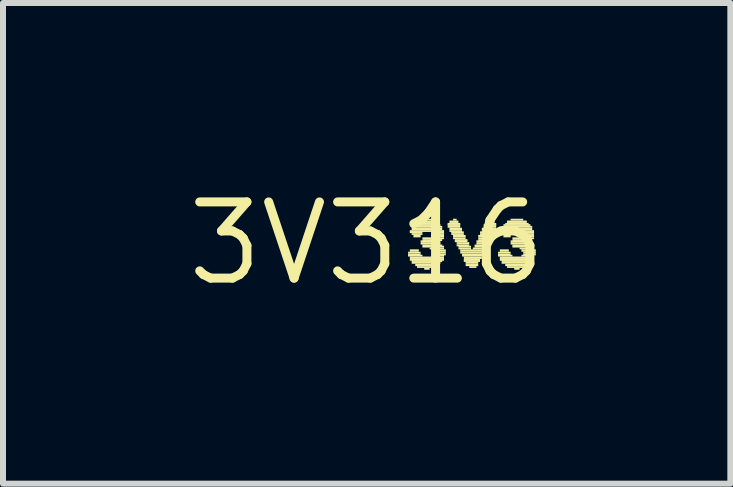
<source format=kicad_pcb>
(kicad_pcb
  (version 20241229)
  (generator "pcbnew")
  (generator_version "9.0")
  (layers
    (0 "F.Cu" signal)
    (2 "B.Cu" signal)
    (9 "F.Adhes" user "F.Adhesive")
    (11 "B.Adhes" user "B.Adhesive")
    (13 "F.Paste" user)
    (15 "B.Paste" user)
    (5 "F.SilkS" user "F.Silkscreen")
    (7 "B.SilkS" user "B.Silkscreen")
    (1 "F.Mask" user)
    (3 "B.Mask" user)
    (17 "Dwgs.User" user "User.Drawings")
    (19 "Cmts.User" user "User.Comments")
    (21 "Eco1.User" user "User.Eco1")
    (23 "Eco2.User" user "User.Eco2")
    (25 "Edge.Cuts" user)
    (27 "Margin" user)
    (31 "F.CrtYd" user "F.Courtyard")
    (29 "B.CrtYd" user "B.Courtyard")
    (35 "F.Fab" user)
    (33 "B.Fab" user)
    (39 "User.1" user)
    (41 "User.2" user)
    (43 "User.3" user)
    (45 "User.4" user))
  (footprint "3V316"
    (layer "F.Cu")
    (at 3.061 1.006)
    (property "Reference" "3V316" (at 0 0 0) (layer "F.SilkS") (effects (font (size 1.27 1.27) (thickness 0.15))))
    (fp_poly (pts (xy 0.69 0.17) (xy 0.9 0.17) (xy 0.9 0.14) (xy 0.69 0.14)) (stroke (width 0) (type solid)) (fill yes) (layer "F.SilkS"))
    (fp_poly (pts (xy 0.69 0.2) (xy 0.9 0.2) (xy 0.9 0.17) (xy 0.69 0.17)) (stroke (width 0) (type solid)) (fill yes) (layer "F.SilkS"))
    (fp_poly (pts (xy 0.69 0.22) (xy 0.93 0.22) (xy 0.93 0.19) (xy 0.69 0.19)) (stroke (width 0) (type solid)) (fill yes) (layer "F.SilkS"))
    (fp_poly (pts (xy 0.72 -0.19) (xy 1.29 -0.19) (xy 1.29 -0.22) (xy 0.72 -0.22)) (stroke (width 0) (type solid)) (fill yes) (layer "F.SilkS"))
    (fp_poly (pts (xy 0.72 -0.17) (xy 0.93 -0.17) (xy 0.93 -0.2) (xy 0.72 -0.2)) (stroke (width 0) (type solid)) (fill yes) (layer "F.SilkS"))
    (fp_poly (pts (xy 0.72 0.14) (xy 0.87 0.14) (xy 0.87 0.1) (xy 0.72 0.1)) (stroke (width 0) (type solid)) (fill yes) (layer "F.SilkS"))
    (fp_poly (pts (xy 0.72 0.26) (xy 1.29 0.26) (xy 1.29 0.22) (xy 0.72 0.22)) (stroke (width 0) (type solid)) (fill yes) (layer "F.SilkS"))
    (fp_poly (pts (xy 0.72 0.29) (xy 1.29 0.29) (xy 1.29 0.26) (xy 0.72 0.26)) (stroke (width 0) (type solid)) (fill yes) (layer "F.SilkS"))
    (fp_poly (pts (xy 0.75 -0.26) (xy 1.26 -0.26) (xy 1.26 -0.29) (xy 0.75 -0.29)) (stroke (width 0) (type solid)) (fill yes) (layer "F.SilkS"))
    (fp_poly (pts (xy 0.75 -0.22) (xy 1.26 -0.22) (xy 1.26 -0.26) (xy 0.75 -0.26)) (stroke (width 0) (type solid)) (fill yes) (layer "F.SilkS"))
    (fp_poly (pts (xy 0.75 -0.14) (xy 0.93 -0.14) (xy 0.93 -0.17) (xy 0.75 -0.17)) (stroke (width 0) (type solid)) (fill yes) (layer "F.SilkS"))
    (fp_poly (pts (xy 0.75 0.31) (xy 1.26 0.31) (xy 1.26 0.28) (xy 0.75 0.28)) (stroke (width 0) (type solid)) (fill yes) (layer "F.SilkS"))
    (fp_poly (pts (xy 0.75 0.34) (xy 1.23 0.34) (xy 1.23 0.31) (xy 0.75 0.31)) (stroke (width 0) (type solid)) (fill yes) (layer "F.SilkS"))
    (fp_poly (pts (xy 0.78 -0.29) (xy 1.23 -0.29) (xy 1.23 -0.32) (xy 0.78 -0.32)) (stroke (width 0) (type solid)) (fill yes) (layer "F.SilkS"))
    (fp_poly (pts (xy 0.78 -0.1) (xy 0.9 -0.1) (xy 0.9 -0.14) (xy 0.78 -0.14)) (stroke (width 0) (type solid)) (fill yes) (layer "F.SilkS"))
    (fp_poly (pts (xy 0.81 -0.31) (xy 1.2 -0.31) (xy 1.2 -0.34) (xy 0.81 -0.34)) (stroke (width 0) (type solid)) (fill yes) (layer "F.SilkS"))
    (fp_poly (pts (xy 0.81 0.38) (xy 1.2 0.38) (xy 1.2 0.34) (xy 0.81 0.34)) (stroke (width 0) (type solid)) (fill yes) (layer "F.SilkS"))
    (fp_poly (pts (xy 0.84 -0.34) (xy 1.17 -0.34) (xy 1.17 -0.38) (xy 0.84 -0.38)) (stroke (width 0) (type solid)) (fill yes) (layer "F.SilkS"))
    (fp_poly (pts (xy 0.84 0.41) (xy 1.14 0.41) (xy 1.14 0.38) (xy 0.84 0.38)) (stroke (width 0) (type solid)) (fill yes) (layer "F.SilkS"))
    (fp_poly (pts (xy 0.9 -0.38) (xy 1.11 -0.38) (xy 1.11 -0.41) (xy 0.9 -0.41)) (stroke (width 0) (type solid)) (fill yes) (layer "F.SilkS"))
    (fp_poly (pts (xy 0.9 -0.02) (xy 1.23 -0.02) (xy 1.23 -0.05) (xy 0.9 -0.05)) (stroke (width 0) (type solid)) (fill yes) (layer "F.SilkS"))
    (fp_poly (pts (xy 0.9 0.02) (xy 1.23 0.02) (xy 1.23 -0.02) (xy 0.9 -0.02)) (stroke (width 0) (type solid)) (fill yes) (layer "F.SilkS"))
    (fp_poly (pts (xy 0.93 -0.07) (xy 1.29 -0.07) (xy 1.29 -0.1) (xy 0.93 -0.1)) (stroke (width 0) (type solid)) (fill yes) (layer "F.SilkS"))
    (fp_poly (pts (xy 0.93 -0.04) (xy 1.26 -0.04) (xy 1.26 -0.07) (xy 0.93 -0.07)) (stroke (width 0) (type solid)) (fill yes) (layer "F.SilkS"))
    (fp_poly (pts (xy 0.93 0.05) (xy 1.26 0.05) (xy 1.26 0.02) (xy 0.93 0.02)) (stroke (width 0) (type solid)) (fill yes) (layer "F.SilkS"))
    (fp_poly (pts (xy 0.93 0.07) (xy 1.29 0.07) (xy 1.29 0.04) (xy 0.93 0.04)) (stroke (width 0) (type solid)) (fill yes) (layer "F.SilkS"))
    (fp_poly (pts (xy 0.96 0.44) (xy 1.05 0.44) (xy 1.05 0.41) (xy 0.96 0.41)) (stroke (width 0) (type solid)) (fill yes) (layer "F.SilkS"))
    (fp_poly (pts (xy 1.05 0.1) (xy 1.29 0.1) (xy 1.29 0.07) (xy 1.05 0.07)) (stroke (width 0) (type solid)) (fill yes) (layer "F.SilkS"))
    (fp_poly (pts (xy 1.08 -0.17) (xy 1.29 -0.17) (xy 1.29 -0.2) (xy 1.08 -0.2)) (stroke (width 0) (type solid)) (fill yes) (layer "F.SilkS"))
    (fp_poly (pts (xy 1.08 -0.14) (xy 1.29 -0.14) (xy 1.29 -0.17) (xy 1.08 -0.17)) (stroke (width 0) (type solid)) (fill yes) (layer "F.SilkS"))
    (fp_poly (pts (xy 1.08 -0.1) (xy 1.29 -0.1) (xy 1.29 -0.14) (xy 1.08 -0.14)) (stroke (width 0) (type solid)) (fill yes) (layer "F.SilkS"))
    (fp_poly (pts (xy 1.08 0.14) (xy 1.32 0.14) (xy 1.32 0.1) (xy 1.08 0.1)) (stroke (width 0) (type solid)) (fill yes) (layer "F.SilkS"))
    (fp_poly (pts (xy 1.08 0.22) (xy 1.29 0.22) (xy 1.29 0.19) (xy 1.08 0.19)) (stroke (width 0) (type solid)) (fill yes) (layer "F.SilkS"))
    (fp_poly (pts (xy 1.11 0.17) (xy 1.32 0.17) (xy 1.32 0.14) (xy 1.11 0.14)) (stroke (width 0) (type solid)) (fill yes) (layer "F.SilkS"))
    (fp_poly (pts (xy 1.11 0.2) (xy 1.32 0.2) (xy 1.32 0.17) (xy 1.11 0.17)) (stroke (width 0) (type solid)) (fill yes) (layer "F.SilkS"))
    (fp_poly (pts (xy 1.35 -0.31) (xy 1.56 -0.31) (xy 1.56 -0.34) (xy 1.35 -0.34)) (stroke (width 0) (type solid)) (fill yes) (layer "F.SilkS"))
    (fp_poly (pts (xy 1.35 -0.29) (xy 1.56 -0.29) (xy 1.56 -0.32) (xy 1.35 -0.32)) (stroke (width 0) (type solid)) (fill yes) (layer "F.SilkS"))
    (fp_poly (pts (xy 1.35 -0.26) (xy 1.56 -0.26) (xy 1.56 -0.29) (xy 1.35 -0.29)) (stroke (width 0) (type solid)) (fill yes) (layer "F.SilkS"))
    (fp_poly (pts (xy 1.38 -0.34) (xy 1.53 -0.34) (xy 1.53 -0.38) (xy 1.38 -0.38)) (stroke (width 0) (type solid)) (fill yes) (layer "F.SilkS"))
    (fp_poly (pts (xy 1.38 -0.22) (xy 1.59 -0.22) (xy 1.59 -0.26) (xy 1.38 -0.26)) (stroke (width 0) (type solid)) (fill yes) (layer "F.SilkS"))
    (fp_poly (pts (xy 1.38 -0.19) (xy 1.59 -0.19) (xy 1.59 -0.22) (xy 1.38 -0.22)) (stroke (width 0) (type solid)) (fill yes) (layer "F.SilkS"))
    (fp_poly (pts (xy 1.41 -0.17) (xy 1.62 -0.17) (xy 1.62 -0.2) (xy 1.41 -0.2)) (stroke (width 0) (type solid)) (fill yes) (layer "F.SilkS"))
    (fp_poly (pts (xy 1.41 -0.14) (xy 1.62 -0.14) (xy 1.62 -0.17) (xy 1.41 -0.17)) (stroke (width 0) (type solid)) (fill yes) (layer "F.SilkS"))
    (fp_poly (pts (xy 1.44 -0.38) (xy 1.5 -0.38) (xy 1.5 -0.41) (xy 1.44 -0.41)) (stroke (width 0) (type solid)) (fill yes) (layer "F.SilkS"))
    (fp_poly (pts (xy 1.44 -0.1) (xy 1.65 -0.1) (xy 1.65 -0.14) (xy 1.44 -0.14)) (stroke (width 0) (type solid)) (fill yes) (layer "F.SilkS"))
    (fp_poly (pts (xy 1.44 -0.07) (xy 1.65 -0.07) (xy 1.65 -0.1) (xy 1.44 -0.1)) (stroke (width 0) (type solid)) (fill yes) (layer "F.SilkS"))
    (fp_poly (pts (xy 1.47 -0.04) (xy 1.68 -0.04) (xy 1.68 -0.07) (xy 1.47 -0.07)) (stroke (width 0) (type solid)) (fill yes) (layer "F.SilkS"))
    (fp_poly (pts (xy 1.47 -0.02) (xy 1.68 -0.02) (xy 1.68 -0.05) (xy 1.47 -0.05)) (stroke (width 0) (type solid)) (fill yes) (layer "F.SilkS"))
    (fp_poly (pts (xy 1.5 0.02) (xy 1.71 0.02) (xy 1.71 -0.02) (xy 1.5 -0.02)) (stroke (width 0) (type solid)) (fill yes) (layer "F.SilkS"))
    (fp_poly (pts (xy 1.5 0.05) (xy 1.71 0.05) (xy 1.71 0.02) (xy 1.5 0.02)) (stroke (width 0) (type solid)) (fill yes) (layer "F.SilkS"))
    (fp_poly (pts (xy 1.53 0.07) (xy 1.74 0.07) (xy 1.74 0.04) (xy 1.53 0.04)) (stroke (width 0) (type solid)) (fill yes) (layer "F.SilkS"))
    (fp_poly (pts (xy 1.53 0.1) (xy 1.74 0.1) (xy 1.74 0.07) (xy 1.53 0.07)) (stroke (width 0) (type solid)) (fill yes) (layer "F.SilkS"))
    (fp_poly (pts (xy 1.56 0.14) (xy 1.98 0.14) (xy 1.98 0.1) (xy 1.56 0.1)) (stroke (width 0) (type solid)) (fill yes) (layer "F.SilkS"))
    (fp_poly (pts (xy 1.56 0.17) (xy 1.95 0.17) (xy 1.95 0.14) (xy 1.56 0.14)) (stroke (width 0) (type solid)) (fill yes) (layer "F.SilkS"))
    (fp_poly (pts (xy 1.59 0.2) (xy 1.95 0.2) (xy 1.95 0.17) (xy 1.59 0.17)) (stroke (width 0) (type solid)) (fill yes) (layer "F.SilkS"))
    (fp_poly (pts (xy 1.59 0.22) (xy 1.92 0.22) (xy 1.92 0.19) (xy 1.59 0.19)) (stroke (width 0) (type solid)) (fill yes) (layer "F.SilkS"))
    (fp_poly (pts (xy 1.62 0.26) (xy 1.92 0.26) (xy 1.92 0.22) (xy 1.62 0.22)) (stroke (width 0) (type solid)) (fill yes) (layer "F.SilkS"))
    (fp_poly (pts (xy 1.62 0.29) (xy 1.89 0.29) (xy 1.89 0.26) (xy 1.62 0.26)) (stroke (width 0) (type solid)) (fill yes) (layer "F.SilkS"))
    (fp_poly (pts (xy 1.62 0.31) (xy 1.89 0.31) (xy 1.89 0.28) (xy 1.62 0.28)) (stroke (width 0) (type solid)) (fill yes) (layer "F.SilkS"))
    (fp_poly (pts (xy 1.65 0.34) (xy 1.86 0.34) (xy 1.86 0.31) (xy 1.65 0.31)) (stroke (width 0) (type solid)) (fill yes) (layer "F.SilkS"))
    (fp_poly (pts (xy 1.65 0.38) (xy 1.86 0.38) (xy 1.86 0.34) (xy 1.65 0.34)) (stroke (width 0) (type solid)) (fill yes) (layer "F.SilkS"))
    (fp_poly (pts (xy 1.71 0.41) (xy 1.83 0.41) (xy 1.83 0.38) (xy 1.71 0.38)) (stroke (width 0) (type solid)) (fill yes) (layer "F.SilkS"))
    (fp_poly (pts (xy 1.77 0.1) (xy 1.98 0.1) (xy 1.98 0.07) (xy 1.77 0.07)) (stroke (width 0) (type solid)) (fill yes) (layer "F.SilkS"))
    (fp_poly (pts (xy 1.8 0.05) (xy 2.01 0.05) (xy 2.01 0.02) (xy 1.8 0.02)) (stroke (width 0) (type solid)) (fill yes) (layer "F.SilkS"))
    (fp_poly (pts (xy 1.8 0.07) (xy 2.01 0.07) (xy 2.01 0.04) (xy 1.8 0.04)) (stroke (width 0) (type solid)) (fill yes) (layer "F.SilkS"))
    (fp_poly (pts (xy 1.83 -0.02) (xy 2.04 -0.02) (xy 2.04 -0.05) (xy 1.83 -0.05)) (stroke (width 0) (type solid)) (fill yes) (layer "F.SilkS"))
    (fp_poly (pts (xy 1.83 0.02) (xy 2.04 0.02) (xy 2.04 -0.02) (xy 1.83 -0.02)) (stroke (width 0) (type solid)) (fill yes) (layer "F.SilkS"))
    (fp_poly (pts (xy 1.86 -0.1) (xy 2.1 -0.1) (xy 2.1 -0.14) (xy 1.86 -0.14)) (stroke (width 0) (type solid)) (fill yes) (layer "F.SilkS"))
    (fp_poly (pts (xy 1.86 -0.07) (xy 2.07 -0.07) (xy 2.07 -0.1) (xy 1.86 -0.1)) (stroke (width 0) (type solid)) (fill yes) (layer "F.SilkS"))
    (fp_poly (pts (xy 1.86 -0.04) (xy 2.07 -0.04) (xy 2.07 -0.07) (xy 1.86 -0.07)) (stroke (width 0) (type solid)) (fill yes) (layer "F.SilkS"))
    (fp_poly (pts (xy 1.89 -0.17) (xy 2.13 -0.17) (xy 2.13 -0.2) (xy 1.89 -0.2)) (stroke (width 0) (type solid)) (fill yes) (layer "F.SilkS"))
    (fp_poly (pts (xy 1.89 -0.14) (xy 2.1 -0.14) (xy 2.1 -0.17) (xy 1.89 -0.17)) (stroke (width 0) (type solid)) (fill yes) (layer "F.SilkS"))
    (fp_poly (pts (xy 1.92 -0.22) (xy 2.16 -0.22) (xy 2.16 -0.26) (xy 1.92 -0.26)) (stroke (width 0) (type solid)) (fill yes) (layer "F.SilkS"))
    (fp_poly (pts (xy 1.92 -0.19) (xy 2.13 -0.19) (xy 2.13 -0.22) (xy 1.92 -0.22)) (stroke (width 0) (type solid)) (fill yes) (layer "F.SilkS"))
    (fp_poly (pts (xy 1.95 -0.29) (xy 2.16 -0.29) (xy 2.16 -0.32) (xy 1.95 -0.32)) (stroke (width 0) (type solid)) (fill yes) (layer "F.SilkS"))
    (fp_poly (pts (xy 1.95 -0.26) (xy 2.16 -0.26) (xy 2.16 -0.29) (xy 1.95 -0.29)) (stroke (width 0) (type solid)) (fill yes) (layer "F.SilkS"))
    (fp_poly (pts (xy 1.98 -0.34) (xy 2.13 -0.34) (xy 2.13 -0.38) (xy 1.98 -0.38)) (stroke (width 0) (type solid)) (fill yes) (layer "F.SilkS"))
    (fp_poly (pts (xy 1.98 -0.31) (xy 2.16 -0.31) (xy 2.16 -0.34) (xy 1.98 -0.34)) (stroke (width 0) (type solid)) (fill yes) (layer "F.SilkS"))
    (fp_poly (pts (xy 2.01 -0.38) (xy 2.07 -0.38) (xy 2.07 -0.41) (xy 2.01 -0.41)) (stroke (width 0) (type solid)) (fill yes) (layer "F.SilkS"))
    (fp_poly (pts (xy 2.19 0.17) (xy 2.4 0.17) (xy 2.4 0.14) (xy 2.19 0.14)) (stroke (width 0) (type solid)) (fill yes) (layer "F.SilkS"))
    (fp_poly (pts (xy 2.19 0.2) (xy 2.4 0.2) (xy 2.4 0.17) (xy 2.19 0.17)) (stroke (width 0) (type solid)) (fill yes) (layer "F.SilkS"))
    (fp_poly (pts (xy 2.19 0.22) (xy 2.43 0.22) (xy 2.43 0.19) (xy 2.19 0.19)) (stroke (width 0) (type solid)) (fill yes) (layer "F.SilkS"))
    (fp_poly (pts (xy 2.22 -0.19) (xy 2.79 -0.19) (xy 2.79 -0.22) (xy 2.22 -0.22)) (stroke (width 0) (type solid)) (fill yes) (layer "F.SilkS"))
    (fp_poly (pts (xy 2.22 -0.17) (xy 2.43 -0.17) (xy 2.43 -0.2) (xy 2.22 -0.2)) (stroke (width 0) (type solid)) (fill yes) (layer "F.SilkS"))
    (fp_poly (pts (xy 2.22 0.14) (xy 2.37 0.14) (xy 2.37 0.1) (xy 2.22 0.1)) (stroke (width 0) (type solid)) (fill yes) (layer "F.SilkS"))
    (fp_poly (pts (xy 2.22 0.26) (xy 2.79 0.26) (xy 2.79 0.22) (xy 2.22 0.22)) (stroke (width 0) (type solid)) (fill yes) (layer "F.SilkS"))
    (fp_poly (pts (xy 2.22 0.29) (xy 2.79 0.29) (xy 2.79 0.26) (xy 2.22 0.26)) (stroke (width 0) (type solid)) (fill yes) (layer "F.SilkS"))
    (fp_poly (pts (xy 2.25 -0.26) (xy 2.76 -0.26) (xy 2.76 -0.29) (xy 2.25 -0.29)) (stroke (width 0) (type solid)) (fill yes) (layer "F.SilkS"))
    (fp_poly (pts (xy 2.25 -0.22) (xy 2.76 -0.22) (xy 2.76 -0.26) (xy 2.25 -0.26)) (stroke (width 0) (type solid)) (fill yes) (layer "F.SilkS"))
    (fp_poly (pts (xy 2.25 -0.14) (xy 2.43 -0.14) (xy 2.43 -0.17) (xy 2.25 -0.17)) (stroke (width 0) (type solid)) (fill yes) (layer "F.SilkS"))
    (fp_poly (pts (xy 2.25 0.31) (xy 2.76 0.31) (xy 2.76 0.28) (xy 2.25 0.28)) (stroke (width 0) (type solid)) (fill yes) (layer "F.SilkS"))
    (fp_poly (pts (xy 2.25 0.34) (xy 2.73 0.34) (xy 2.73 0.31) (xy 2.25 0.31)) (stroke (width 0) (type solid)) (fill yes) (layer "F.SilkS"))
    (fp_poly (pts (xy 2.28 -0.29) (xy 2.73 -0.29) (xy 2.73 -0.32) (xy 2.28 -0.32)) (stroke (width 0) (type solid)) (fill yes) (layer "F.SilkS"))
    (fp_poly (pts (xy 2.28 -0.1) (xy 2.4 -0.1) (xy 2.4 -0.14) (xy 2.28 -0.14)) (stroke (width 0) (type solid)) (fill yes) (layer "F.SilkS"))
    (fp_poly (pts (xy 2.31 -0.31) (xy 2.7 -0.31) (xy 2.7 -0.34) (xy 2.31 -0.34)) (stroke (width 0) (type solid)) (fill yes) (layer "F.SilkS"))
    (fp_poly (pts (xy 2.31 0.38) (xy 2.7 0.38) (xy 2.7 0.34) (xy 2.31 0.34)) (stroke (width 0) (type solid)) (fill yes) (layer "F.SilkS"))
    (fp_poly (pts (xy 2.34 -0.34) (xy 2.67 -0.34) (xy 2.67 -0.38) (xy 2.34 -0.38)) (stroke (width 0) (type solid)) (fill yes) (layer "F.SilkS"))
    (fp_poly (pts (xy 2.34 0.41) (xy 2.64 0.41) (xy 2.64 0.38) (xy 2.34 0.38)) (stroke (width 0) (type solid)) (fill yes) (layer "F.SilkS"))
    (fp_poly (pts (xy 2.4 -0.38) (xy 2.61 -0.38) (xy 2.61 -0.41) (xy 2.4 -0.41)) (stroke (width 0) (type solid)) (fill yes) (layer "F.SilkS"))
    (fp_poly (pts (xy 2.4 -0.02) (xy 2.73 -0.02) (xy 2.73 -0.05) (xy 2.4 -0.05)) (stroke (width 0) (type solid)) (fill yes) (layer "F.SilkS"))
    (fp_poly (pts (xy 2.4 0.02) (xy 2.73 0.02) (xy 2.73 -0.02) (xy 2.4 -0.02)) (stroke (width 0) (type solid)) (fill yes) (layer "F.SilkS"))
    (fp_poly (pts (xy 2.43 -0.07) (xy 2.79 -0.07) (xy 2.79 -0.1) (xy 2.43 -0.1)) (stroke (width 0) (type solid)) (fill yes) (layer "F.SilkS"))
    (fp_poly (pts (xy 2.43 -0.04) (xy 2.76 -0.04) (xy 2.76 -0.07) (xy 2.43 -0.07)) (stroke (width 0) (type solid)) (fill yes) (layer "F.SilkS"))
    (fp_poly (pts (xy 2.43 0.05) (xy 2.76 0.05) (xy 2.76 0.02) (xy 2.43 0.02)) (stroke (width 0) (type solid)) (fill yes) (layer "F.SilkS"))
    (fp_poly (pts (xy 2.43 0.07) (xy 2.79 0.07) (xy 2.79 0.04) (xy 2.43 0.04)) (stroke (width 0) (type solid)) (fill yes) (layer "F.SilkS"))
    (fp_poly (pts (xy 2.46 0.44) (xy 2.55 0.44) (xy 2.55 0.41) (xy 2.46 0.41)) (stroke (width 0) (type solid)) (fill yes) (layer "F.SilkS"))
    (fp_poly (pts (xy 2.55 0.1) (xy 2.79 0.1) (xy 2.79 0.07) (xy 2.55 0.07)) (stroke (width 0) (type solid)) (fill yes) (layer "F.SilkS"))
    (fp_poly (pts (xy 2.58 -0.17) (xy 2.79 -0.17) (xy 2.79 -0.2) (xy 2.58 -0.2)) (stroke (width 0) (type solid)) (fill yes) (layer "F.SilkS"))
    (fp_poly (pts (xy 2.58 -0.14) (xy 2.79 -0.14) (xy 2.79 -0.17) (xy 2.58 -0.17)) (stroke (width 0) (type solid)) (fill yes) (layer "F.SilkS"))
    (fp_poly (pts (xy 2.58 -0.1) (xy 2.79 -0.1) (xy 2.79 -0.14) (xy 2.58 -0.14)) (stroke (width 0) (type solid)) (fill yes) (layer "F.SilkS"))
    (fp_poly (pts (xy 2.58 0.14) (xy 2.82 0.14) (xy 2.82 0.1) (xy 2.58 0.1)) (stroke (width 0) (type solid)) (fill yes) (layer "F.SilkS"))
    (fp_poly (pts (xy 2.58 0.22) (xy 2.79 0.22) (xy 2.79 0.19) (xy 2.58 0.19)) (stroke (width 0) (type solid)) (fill yes) (layer "F.SilkS"))
    (fp_poly (pts (xy 2.61 0.17) (xy 2.82 0.17) (xy 2.82 0.14) (xy 2.61 0.14)) (stroke (width 0) (type solid)) (fill yes) (layer "F.SilkS"))
    (fp_poly (pts (xy 2.61 0.2) (xy 2.82 0.2) (xy 2.82 0.17) (xy 2.61 0.17)) (stroke (width 0) (type solid)) (fill yes) (layer "F.SilkS")))
  (gr_rect
    (start -3 -3)
    (end 9.123 5.012)
    (stroke (width 0.1) (type default))
    (fill no)
    (layer "Edge.Cuts")))
</source>
